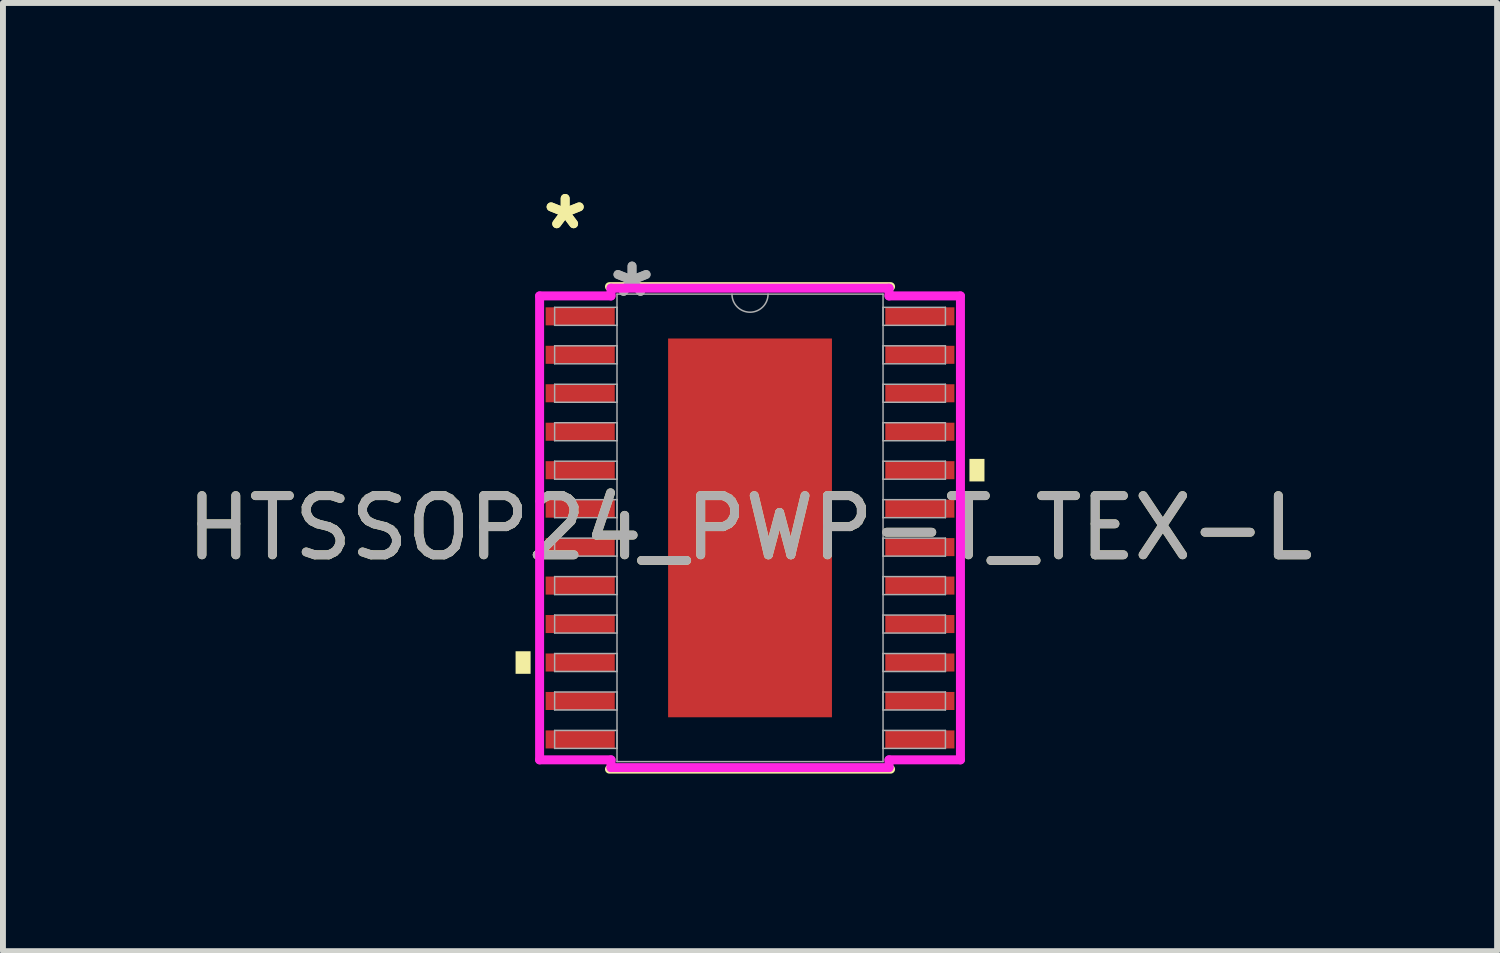
<source format=kicad_pcb>
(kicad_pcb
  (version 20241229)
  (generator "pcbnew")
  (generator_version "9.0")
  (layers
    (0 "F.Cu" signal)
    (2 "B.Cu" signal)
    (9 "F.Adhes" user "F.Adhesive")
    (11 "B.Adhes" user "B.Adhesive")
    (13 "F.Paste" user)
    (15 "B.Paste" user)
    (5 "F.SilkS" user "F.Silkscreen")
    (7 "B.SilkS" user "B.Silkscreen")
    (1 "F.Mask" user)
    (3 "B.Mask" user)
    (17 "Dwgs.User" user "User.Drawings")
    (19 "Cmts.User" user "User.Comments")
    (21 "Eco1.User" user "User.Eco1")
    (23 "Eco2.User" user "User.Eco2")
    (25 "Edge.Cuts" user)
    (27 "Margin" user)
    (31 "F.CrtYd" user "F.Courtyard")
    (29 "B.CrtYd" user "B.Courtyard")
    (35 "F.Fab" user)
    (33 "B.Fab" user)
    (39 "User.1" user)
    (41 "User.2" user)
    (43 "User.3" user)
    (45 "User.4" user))
  (footprint "HTSSOP24_PWP-T_TEX-L"
    (layer "F.Cu")
    (at 9.625 5.871)
    (property "Reference" "HTSSOP24_PWP-T_TEX-L" (at 0 0 0) (unlocked yes) (layer "F.SilkS") (effects (font (size 1 1) (thickness 0.15))))
    (attr smd)
    (fp_line (start -2.375 4.077) (end 2.375 4.077) (stroke (width 0.152) (type solid)) (layer "F.SilkS"))
    (fp_line (start 2.375 -4.077) (end -2.375 -4.077) (stroke (width 0.152) (type solid)) (layer "F.SilkS"))
    (fp_poly (pts (xy -3.962 2.085) (xy -3.962 2.466) (xy -3.708 2.466) (xy -3.708 2.085)) (stroke (width 0) (type solid)) (fill yes) (layer "F.SilkS"))
    (fp_poly (pts (xy 3.962 -1.166) (xy 3.962 -0.785) (xy 3.708 -0.785) (xy 3.708 -1.166)) (stroke (width 0) (type solid)) (fill yes) (layer "F.SilkS"))
    (fp_poly (pts (xy -1.284 -3.1) (xy -1.284 -2.02) (xy -0.1 -2.02) (xy -0.1 -3.1)) (stroke (width 0) (type solid)) (fill yes) (layer "F.Paste"))
    (fp_poly (pts (xy -1.284 -1.82) (xy -1.284 -0.74) (xy -0.1 -0.74) (xy -0.1 -1.82)) (stroke (width 0) (type solid)) (fill yes) (layer "F.Paste"))
    (fp_poly (pts (xy -1.284 -0.54) (xy -1.284 0.54) (xy -0.1 0.54) (xy -0.1 -0.54)) (stroke (width 0) (type solid)) (fill yes) (layer "F.Paste"))
    (fp_poly (pts (xy -1.284 0.74) (xy -1.284 1.82) (xy -0.1 1.82) (xy -0.1 0.74)) (stroke (width 0) (type solid)) (fill yes) (layer "F.Paste"))
    (fp_poly (pts (xy -1.284 2.02) (xy -1.284 3.1) (xy -0.1 3.1) (xy -0.1 2.02)) (stroke (width 0) (type solid)) (fill yes) (layer "F.Paste"))
    (fp_poly (pts (xy 0.1 -3.1) (xy 0.1 -2.02) (xy 1.284 -2.02) (xy 1.284 -3.1)) (stroke (width 0) (type solid)) (fill yes) (layer "F.Paste"))
    (fp_poly (pts (xy 0.1 -1.82) (xy 0.1 -0.74) (xy 1.284 -0.74) (xy 1.284 -1.82)) (stroke (width 0) (type solid)) (fill yes) (layer "F.Paste"))
    (fp_poly (pts (xy 0.1 -0.54) (xy 0.1 0.54) (xy 1.284 0.54) (xy 1.284 -0.54)) (stroke (width 0) (type solid)) (fill yes) (layer "F.Paste"))
    (fp_poly (pts (xy 0.1 0.74) (xy 0.1 1.82) (xy 1.284 1.82) (xy 1.284 0.74)) (stroke (width 0) (type solid)) (fill yes) (layer "F.Paste"))
    (fp_poly (pts (xy 0.1 2.02) (xy 0.1 3.1) (xy 1.284 3.1) (xy 1.284 2.02)) (stroke (width 0) (type solid)) (fill yes) (layer "F.Paste"))
    (fp_line (start -3.556 -3.92) (end -2.349 -3.92) (stroke (width 0.152) (type solid)) (layer "F.CrtYd"))
    (fp_line (start -3.556 3.92) (end -3.556 -3.92) (stroke (width 0.152) (type solid)) (layer "F.CrtYd"))
    (fp_line (start -3.556 3.92) (end -2.349 3.92) (stroke (width 0.152) (type solid)) (layer "F.CrtYd"))
    (fp_line (start -2.349 -4.051) (end 2.349 -4.051) (stroke (width 0.152) (type solid)) (layer "F.CrtYd"))
    (fp_line (start -2.349 -3.92) (end -2.349 -4.051) (stroke (width 0.152) (type solid)) (layer "F.CrtYd"))
    (fp_line (start -2.349 4.051) (end -2.349 3.92) (stroke (width 0.152) (type solid)) (layer "F.CrtYd"))
    (fp_line (start 2.349 -4.051) (end 2.349 -3.92) (stroke (width 0.152) (type solid)) (layer "F.CrtYd"))
    (fp_line (start 2.349 3.92) (end 2.349 4.051) (stroke (width 0.152) (type solid)) (layer "F.CrtYd"))
    (fp_line (start 2.349 4.051) (end -2.349 4.051) (stroke (width 0.152) (type solid)) (layer "F.CrtYd"))
    (fp_line (start 3.556 -3.92) (end 2.349 -3.92) (stroke (width 0.152) (type solid)) (layer "F.CrtYd"))
    (fp_line (start 3.556 -3.92) (end 3.556 3.92) (stroke (width 0.152) (type solid)) (layer "F.CrtYd"))
    (fp_line (start 3.556 3.92) (end 2.349 3.92) (stroke (width 0.152) (type solid)) (layer "F.CrtYd"))
    (fp_line (start -3.302 -3.727) (end -3.302 -3.423) (stroke (width 0.025) (type solid)) (layer "F.Fab"))
    (fp_line (start -3.302 -3.423) (end -2.248 -3.423) (stroke (width 0.025) (type solid)) (layer "F.Fab"))
    (fp_line (start -3.302 -3.077) (end -3.302 -2.773) (stroke (width 0.025) (type solid)) (layer "F.Fab"))
    (fp_line (start -3.302 -2.773) (end -2.248 -2.773) (stroke (width 0.025) (type solid)) (layer "F.Fab"))
    (fp_line (start -3.302 -2.427) (end -3.302 -2.123) (stroke (width 0.025) (type solid)) (layer "F.Fab"))
    (fp_line (start -3.302 -2.123) (end -2.248 -2.123) (stroke (width 0.025) (type solid)) (layer "F.Fab"))
    (fp_line (start -3.302 -1.777) (end -3.302 -1.473) (stroke (width 0.025) (type solid)) (layer "F.Fab"))
    (fp_line (start -3.302 -1.473) (end -2.248 -1.473) (stroke (width 0.025) (type solid)) (layer "F.Fab"))
    (fp_line (start -3.302 -1.127) (end -3.302 -0.823) (stroke (width 0.025) (type solid)) (layer "F.Fab"))
    (fp_line (start -3.302 -0.823) (end -2.248 -0.823) (stroke (width 0.025) (type solid)) (layer "F.Fab"))
    (fp_line (start -3.302 -0.477) (end -3.302 -0.173) (stroke (width 0.025) (type solid)) (layer "F.Fab"))
    (fp_line (start -3.302 -0.173) (end -2.248 -0.173) (stroke (width 0.025) (type solid)) (layer "F.Fab"))
    (fp_line (start -3.302 0.173) (end -3.302 0.477) (stroke (width 0.025) (type solid)) (layer "F.Fab"))
    (fp_line (start -3.302 0.477) (end -2.248 0.477) (stroke (width 0.025) (type solid)) (layer "F.Fab"))
    (fp_line (start -3.302 0.823) (end -3.302 1.127) (stroke (width 0.025) (type solid)) (layer "F.Fab"))
    (fp_line (start -3.302 1.127) (end -2.248 1.127) (stroke (width 0.025) (type solid)) (layer "F.Fab"))
    (fp_line (start -3.302 1.473) (end -3.302 1.777) (stroke (width 0.025) (type solid)) (layer "F.Fab"))
    (fp_line (start -3.302 1.777) (end -2.248 1.777) (stroke (width 0.025) (type solid)) (layer "F.Fab"))
    (fp_line (start -3.302 2.123) (end -3.302 2.427) (stroke (width 0.025) (type solid)) (layer "F.Fab"))
    (fp_line (start -3.302 2.427) (end -2.248 2.427) (stroke (width 0.025) (type solid)) (layer "F.Fab"))
    (fp_line (start -3.302 2.773) (end -3.302 3.077) (stroke (width 0.025) (type solid)) (layer "F.Fab"))
    (fp_line (start -3.302 3.077) (end -2.248 3.077) (stroke (width 0.025) (type solid)) (layer "F.Fab"))
    (fp_line (start -3.302 3.423) (end -3.302 3.727) (stroke (width 0.025) (type solid)) (layer "F.Fab"))
    (fp_line (start -3.302 3.727) (end -2.248 3.727) (stroke (width 0.025) (type solid)) (layer "F.Fab"))
    (fp_line (start -2.248 -3.95) (end -2.248 3.95) (stroke (width 0.025) (type solid)) (layer "F.Fab"))
    (fp_line (start -2.248 -3.727) (end -3.302 -3.727) (stroke (width 0.025) (type solid)) (layer "F.Fab"))
    (fp_line (start -2.248 -3.423) (end -2.248 -3.727) (stroke (width 0.025) (type solid)) (layer "F.Fab"))
    (fp_line (start -2.248 -3.077) (end -3.302 -3.077) (stroke (width 0.025) (type solid)) (layer "F.Fab"))
    (fp_line (start -2.248 -2.773) (end -2.248 -3.077) (stroke (width 0.025) (type solid)) (layer "F.Fab"))
    (fp_line (start -2.248 -2.427) (end -3.302 -2.427) (stroke (width 0.025) (type solid)) (layer "F.Fab"))
    (fp_line (start -2.248 -2.123) (end -2.248 -2.427) (stroke (width 0.025) (type solid)) (layer "F.Fab"))
    (fp_line (start -2.248 -1.777) (end -3.302 -1.777) (stroke (width 0.025) (type solid)) (layer "F.Fab"))
    (fp_line (start -2.248 -1.473) (end -2.248 -1.777) (stroke (width 0.025) (type solid)) (layer "F.Fab"))
    (fp_line (start -2.248 -1.127) (end -3.302 -1.127) (stroke (width 0.025) (type solid)) (layer "F.Fab"))
    (fp_line (start -2.248 -0.823) (end -2.248 -1.127) (stroke (width 0.025) (type solid)) (layer "F.Fab"))
    (fp_line (start -2.248 -0.477) (end -3.302 -0.477) (stroke (width 0.025) (type solid)) (layer "F.Fab"))
    (fp_line (start -2.248 -0.173) (end -2.248 -0.477) (stroke (width 0.025) (type solid)) (layer "F.Fab"))
    (fp_line (start -2.248 0.173) (end -3.302 0.173) (stroke (width 0.025) (type solid)) (layer "F.Fab"))
    (fp_line (start -2.248 0.477) (end -2.248 0.173) (stroke (width 0.025) (type solid)) (layer "F.Fab"))
    (fp_line (start -2.248 0.823) (end -3.302 0.823) (stroke (width 0.025) (type solid)) (layer "F.Fab"))
    (fp_line (start -2.248 1.127) (end -2.248 0.823) (stroke (width 0.025) (type solid)) (layer "F.Fab"))
    (fp_line (start -2.248 1.473) (end -3.302 1.473) (stroke (width 0.025) (type solid)) (layer "F.Fab"))
    (fp_line (start -2.248 1.777) (end -2.248 1.473) (stroke (width 0.025) (type solid)) (layer "F.Fab"))
    (fp_line (start -2.248 2.123) (end -3.302 2.123) (stroke (width 0.025) (type solid)) (layer "F.Fab"))
    (fp_line (start -2.248 2.427) (end -2.248 2.123) (stroke (width 0.025) (type solid)) (layer "F.Fab"))
    (fp_line (start -2.248 2.773) (end -3.302 2.773) (stroke (width 0.025) (type solid)) (layer "F.Fab"))
    (fp_line (start -2.248 3.077) (end -2.248 2.773) (stroke (width 0.025) (type solid)) (layer "F.Fab"))
    (fp_line (start -2.248 3.423) (end -3.302 3.423) (stroke (width 0.025) (type solid)) (layer "F.Fab"))
    (fp_line (start -2.248 3.727) (end -2.248 3.423) (stroke (width 0.025) (type solid)) (layer "F.Fab"))
    (fp_line (start -2.248 3.95) (end 2.248 3.95) (stroke (width 0.025) (type solid)) (layer "F.Fab"))
    (fp_line (start 2.248 -3.95) (end -2.248 -3.95) (stroke (width 0.025) (type solid)) (layer "F.Fab"))
    (fp_line (start 2.248 -3.727) (end 2.248 -3.423) (stroke (width 0.025) (type solid)) (layer "F.Fab"))
    (fp_line (start 2.248 -3.423) (end 3.302 -3.423) (stroke (width 0.025) (type solid)) (layer "F.Fab"))
    (fp_line (start 2.248 -3.077) (end 2.248 -2.773) (stroke (width 0.025) (type solid)) (layer "F.Fab"))
    (fp_line (start 2.248 -2.773) (end 3.302 -2.773) (stroke (width 0.025) (type solid)) (layer "F.Fab"))
    (fp_line (start 2.248 -2.427) (end 2.248 -2.123) (stroke (width 0.025) (type solid)) (layer "F.Fab"))
    (fp_line (start 2.248 -2.123) (end 3.302 -2.123) (stroke (width 0.025) (type solid)) (layer "F.Fab"))
    (fp_line (start 2.248 -1.777) (end 2.248 -1.473) (stroke (width 0.025) (type solid)) (layer "F.Fab"))
    (fp_line (start 2.248 -1.473) (end 3.302 -1.473) (stroke (width 0.025) (type solid)) (layer "F.Fab"))
    (fp_line (start 2.248 -1.127) (end 2.248 -0.823) (stroke (width 0.025) (type solid)) (layer "F.Fab"))
    (fp_line (start 2.248 -0.823) (end 3.302 -0.823) (stroke (width 0.025) (type solid)) (layer "F.Fab"))
    (fp_line (start 2.248 -0.477) (end 2.248 -0.173) (stroke (width 0.025) (type solid)) (layer "F.Fab"))
    (fp_line (start 2.248 -0.173) (end 3.302 -0.173) (stroke (width 0.025) (type solid)) (layer "F.Fab"))
    (fp_line (start 2.248 0.173) (end 2.248 0.477) (stroke (width 0.025) (type solid)) (layer "F.Fab"))
    (fp_line (start 2.248 0.477) (end 3.302 0.477) (stroke (width 0.025) (type solid)) (layer "F.Fab"))
    (fp_line (start 2.248 0.823) (end 2.248 1.127) (stroke (width 0.025) (type solid)) (layer "F.Fab"))
    (fp_line (start 2.248 1.127) (end 3.302 1.127) (stroke (width 0.025) (type solid)) (layer "F.Fab"))
    (fp_line (start 2.248 1.473) (end 2.248 1.777) (stroke (width 0.025) (type solid)) (layer "F.Fab"))
    (fp_line (start 2.248 1.777) (end 3.302 1.777) (stroke (width 0.025) (type solid)) (layer "F.Fab"))
    (fp_line (start 2.248 2.123) (end 2.248 2.427) (stroke (width 0.025) (type solid)) (layer "F.Fab"))
    (fp_line (start 2.248 2.427) (end 3.302 2.427) (stroke (width 0.025) (type solid)) (layer "F.Fab"))
    (fp_line (start 2.248 2.773) (end 2.248 3.077) (stroke (width 0.025) (type solid)) (layer "F.Fab"))
    (fp_line (start 2.248 3.077) (end 3.302 3.077) (stroke (width 0.025) (type solid)) (layer "F.Fab"))
    (fp_line (start 2.248 3.423) (end 2.248 3.727) (stroke (width 0.025) (type solid)) (layer "F.Fab"))
    (fp_line (start 2.248 3.727) (end 3.302 3.727) (stroke (width 0.025) (type solid)) (layer "F.Fab"))
    (fp_line (start 2.248 3.95) (end 2.248 -3.95) (stroke (width 0.025) (type solid)) (layer "F.Fab"))
    (fp_line (start 3.302 -3.727) (end 2.248 -3.727) (stroke (width 0.025) (type solid)) (layer "F.Fab"))
    (fp_line (start 3.302 -3.423) (end 3.302 -3.727) (stroke (width 0.025) (type solid)) (layer "F.Fab"))
    (fp_line (start 3.302 -3.077) (end 2.248 -3.077) (stroke (width 0.025) (type solid)) (layer "F.Fab"))
    (fp_line (start 3.302 -2.773) (end 3.302 -3.077) (stroke (width 0.025) (type solid)) (layer "F.Fab"))
    (fp_line (start 3.302 -2.427) (end 2.248 -2.427) (stroke (width 0.025) (type solid)) (layer "F.Fab"))
    (fp_line (start 3.302 -2.123) (end 3.302 -2.427) (stroke (width 0.025) (type solid)) (layer "F.Fab"))
    (fp_line (start 3.302 -1.777) (end 2.248 -1.777) (stroke (width 0.025) (type solid)) (layer "F.Fab"))
    (fp_line (start 3.302 -1.473) (end 3.302 -1.777) (stroke (width 0.025) (type solid)) (layer "F.Fab"))
    (fp_line (start 3.302 -1.127) (end 2.248 -1.127) (stroke (width 0.025) (type solid)) (layer "F.Fab"))
    (fp_line (start 3.302 -0.823) (end 3.302 -1.127) (stroke (width 0.025) (type solid)) (layer "F.Fab"))
    (fp_line (start 3.302 -0.477) (end 2.248 -0.477) (stroke (width 0.025) (type solid)) (layer "F.Fab"))
    (fp_line (start 3.302 -0.173) (end 3.302 -0.477) (stroke (width 0.025) (type solid)) (layer "F.Fab"))
    (fp_line (start 3.302 0.173) (end 2.248 0.173) (stroke (width 0.025) (type solid)) (layer "F.Fab"))
    (fp_line (start 3.302 0.477) (end 3.302 0.173) (stroke (width 0.025) (type solid)) (layer "F.Fab"))
    (fp_line (start 3.302 0.823) (end 2.248 0.823) (stroke (width 0.025) (type solid)) (layer "F.Fab"))
    (fp_line (start 3.302 1.127) (end 3.302 0.823) (stroke (width 0.025) (type solid)) (layer "F.Fab"))
    (fp_line (start 3.302 1.473) (end 2.248 1.473) (stroke (width 0.025) (type solid)) (layer "F.Fab"))
    (fp_line (start 3.302 1.777) (end 3.302 1.473) (stroke (width 0.025) (type solid)) (layer "F.Fab"))
    (fp_line (start 3.302 2.123) (end 2.248 2.123) (stroke (width 0.025) (type solid)) (layer "F.Fab"))
    (fp_line (start 3.302 2.427) (end 3.302 2.123) (stroke (width 0.025) (type solid)) (layer "F.Fab"))
    (fp_line (start 3.302 2.773) (end 2.248 2.773) (stroke (width 0.025) (type solid)) (layer "F.Fab"))
    (fp_line (start 3.302 3.077) (end 3.302 2.773) (stroke (width 0.025) (type solid)) (layer "F.Fab"))
    (fp_line (start 3.302 3.423) (end 2.248 3.423) (stroke (width 0.025) (type solid)) (layer "F.Fab"))
    (fp_line (start 3.302 3.727) (end 3.302 3.423) (stroke (width 0.025) (type solid)) (layer "F.Fab"))
    (fp_arc (start 0.3048 -3.9497) (mid 0 -3.6449) (end -0.3048 -3.9497) (stroke (width 0.0254) (type solid)) (layer "F.Fab"))
    (fp_text user "*" (at -3.124 -5.023 0) (unlocked yes) (layer "F.SilkS") (effects (font (size 1 1) (thickness 0.15))))
    (fp_text user "*" (at -3.124 -5.023 0) (layer "F.SilkS") (effects (font (size 1 1) (thickness 0.15))))
    (fp_text user "*" (at -1.994 -3.88 0) (layer "F.Fab") (effects (font (size 1 1) (thickness 0.15))))
    (fp_text user "*" (at -1.994 -3.88 0) (unlocked yes) (layer "F.Fab") (effects (font (size 1 1) (thickness 0.15))))
    (fp_text user "${REFERENCE}" (at 0 0 0) (unlocked yes) (layer "F.Fab") (effects (font (size 1 1) (thickness 0.15))))
    (pad "1" smd rect (at -2.87 -3.575) (size 1.168 0.305) (layers "F.Cu" "F.Mask" "F.Paste"))
    (pad "2" smd rect (at -2.87 -2.925) (size 1.168 0.305) (layers "F.Cu" "F.Mask" "F.Paste"))
    (pad "3" smd rect (at -2.87 -2.275) (size 1.168 0.305) (layers "F.Cu" "F.Mask" "F.Paste"))
    (pad "4" smd rect (at -2.87 -1.625) (size 1.168 0.305) (layers "F.Cu" "F.Mask" "F.Paste"))
    (pad "5" smd rect (at -2.87 -0.975) (size 1.168 0.305) (layers "F.Cu" "F.Mask" "F.Paste"))
    (pad "6" smd rect (at -2.87 -0.325) (size 1.168 0.305) (layers "F.Cu" "F.Mask" "F.Paste"))
    (pad "7" smd rect (at -2.87 0.325) (size 1.168 0.305) (layers "F.Cu" "F.Mask" "F.Paste"))
    (pad "8" smd rect (at -2.87 0.975) (size 1.168 0.305) (layers "F.Cu" "F.Mask" "F.Paste"))
    (pad "9" smd rect (at -2.87 1.625) (size 1.168 0.305) (layers "F.Cu" "F.Mask" "F.Paste"))
    (pad "10" smd rect (at -2.87 2.275) (size 1.168 0.305) (layers "F.Cu" "F.Mask" "F.Paste"))
    (pad "11" smd rect (at -2.87 2.925) (size 1.168 0.305) (layers "F.Cu" "F.Mask" "F.Paste"))
    (pad "12" smd rect (at -2.87 3.575) (size 1.168 0.305) (layers "F.Cu" "F.Mask" "F.Paste"))
    (pad "13" smd rect (at 2.87 3.575) (size 1.168 0.305) (layers "F.Cu" "F.Mask" "F.Paste"))
    (pad "14" smd rect (at 2.87 2.925) (size 1.168 0.305) (layers "F.Cu" "F.Mask" "F.Paste"))
    (pad "15" smd rect (at 2.87 2.275) (size 1.168 0.305) (layers "F.Cu" "F.Mask" "F.Paste"))
    (pad "16" smd rect (at 2.87 1.625) (size 1.168 0.305) (layers "F.Cu" "F.Mask" "F.Paste"))
    (pad "17" smd rect (at 2.87 0.975) (size 1.168 0.305) (layers "F.Cu" "F.Mask" "F.Paste"))
    (pad "18" smd rect (at 2.87 0.325) (size 1.168 0.305) (layers "F.Cu" "F.Mask" "F.Paste"))
    (pad "19" smd rect (at 2.87 -0.325) (size 1.168 0.305) (layers "F.Cu" "F.Mask" "F.Paste"))
    (pad "20" smd rect (at 2.87 -0.975) (size 1.168 0.305) (layers "F.Cu" "F.Mask" "F.Paste"))
    (pad "21" smd rect (at 2.87 -1.625) (size 1.168 0.305) (layers "F.Cu" "F.Mask" "F.Paste"))
    (pad "22" smd rect (at 2.87 -2.275) (size 1.168 0.305) (layers "F.Cu" "F.Mask" "F.Paste"))
    (pad "23" smd rect (at 2.87 -2.925) (size 1.168 0.305) (layers "F.Cu" "F.Mask" "F.Paste"))
    (pad "24" smd rect (at 2.87 -3.575) (size 1.168 0.305) (layers "F.Cu" "F.Mask" "F.Paste"))
    (pad "25" smd rect (at 0 0) (size 2.769 6.401) (layers "F.Cu" "F.Mask" "F.Paste")))
  (gr_rect
    (start -3 -3)
    (end 22.25 13.024)
    (stroke (width 0.1) (type default))
    (fill no)
    (layer "Edge.Cuts")))
</source>
